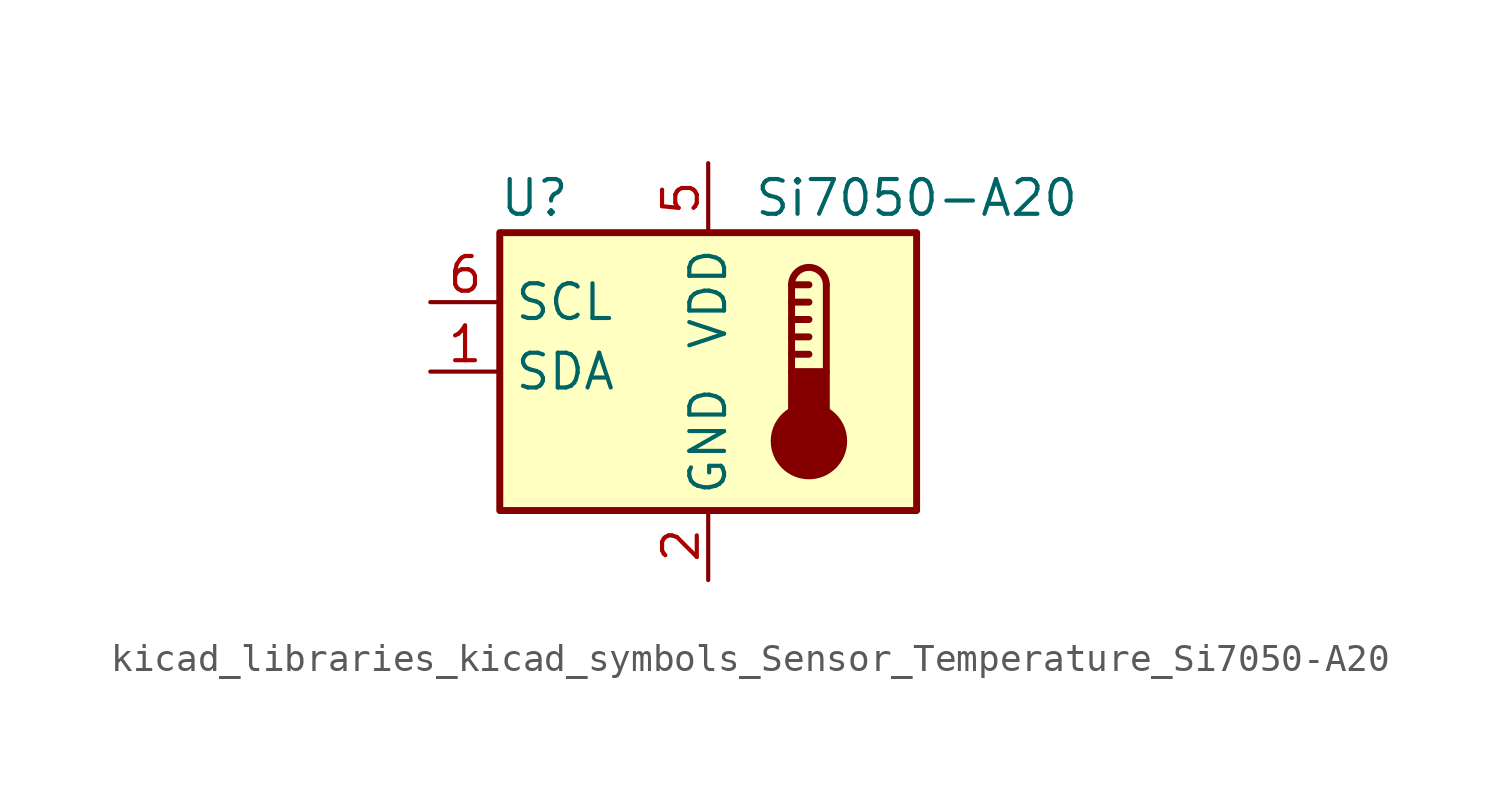
<source format=kicad_sym>
(kicad_symbol_lib
  (version 20220914)
  (generator kicad_symbol_editor)
  (symbol "kicad_libraries_kicad_symbols_Sensor_Temperature_Si7050-A20"
    (property "Reference" "U"
      (at -6.35 6.35 0)
      (effects (font (size 1.27 1.27))))
    (property "Value" "Si7050-A20"
      (at 7.62 6.35 0)
      (effects (font (size 1.27 1.27))))
    (symbol "kicad_libraries_kicad_symbols_Sensor_Temperature_Si7050-A20_0_1"
      (rectangle (start -7.62 5.08) (end 7.62 -5.08) (stroke (width 0.254) (type default)) (fill (type background))))
    (symbol "kicad_libraries_kicad_symbols_Sensor_Temperature_Si7050-A20_1_1"
      (polyline (pts (xy 3.048 0.635) (xy 3.683 0.635)) (stroke (width 0.254) (type default)) (fill (type none)))
      (polyline (pts (xy 3.048 1.27) (xy 3.683 1.27)) (stroke (width 0.254) (type default)) (fill (type none)))
      (polyline (pts (xy 3.048 1.905) (xy 3.683 1.905)) (stroke (width 0.254) (type default)) (fill (type none)))
      (polyline (pts (xy 3.048 2.54) (xy 3.683 2.54)) (stroke (width 0.254) (type default)) (fill (type none)))
      (polyline (pts (xy 3.048 3.175) (xy 3.048 0)) (stroke (width 0.254) (type default)) (fill (type none)))
      (polyline (pts (xy 3.048 3.175) (xy 3.683 3.175)) (stroke (width 0.254) (type default)) (fill (type none)))
      (polyline (pts (xy 4.318 3.175) (xy 4.318 0)) (stroke (width 0.254) (type default)) (fill (type none)))
      (circle (center 3.683 -2.54) (radius 1.27) (stroke (width 0.254) (type default)) (fill (type outline)))
      (rectangle (start 4.318 -1.905) (end 3.048 0) (stroke (width 0.254) (type default)) (fill (type outline)))
      (arc (start 4.318 3.175) (mid 3.683 3.8073) (end 3.048 3.175) (stroke (width 0.254) (type default)) (fill (type none)))
      (pin bidirectional line (at -10.16 0 0) (length 2.54) (name "SDA" (effects (font (size 1.27 1.27)))) (number "1" (effects (font (size 1.27 1.27)))))
      (pin power_in line (at 0 -7.62 90) (length 2.54) (name "GND" (effects (font (size 1.27 1.27)))) (number "2" (effects (font (size 1.27 1.27)))))
      (pin no_connect line (at 7.62 2.54 180) (length 2.54) hide (name "NC" (effects (font (size 1.27 1.27)))) (number "3" (effects (font (size 1.27 1.27)))))
      (pin no_connect line (at 7.62 -2.54 180) (length 2.54) hide (name "NC" (effects (font (size 1.27 1.27)))) (number "4" (effects (font (size 1.27 1.27)))))
      (pin power_in line (at 0 7.62 270) (length 2.54) (name "VDD" (effects (font (size 1.27 1.27)))) (number "5" (effects (font (size 1.27 1.27)))))
      (pin input line (at -10.16 2.54 0) (length 2.54) (name "SCL" (effects (font (size 1.27 1.27)))) (number "6" (effects (font (size 1.27 1.27))))))))
</source>
